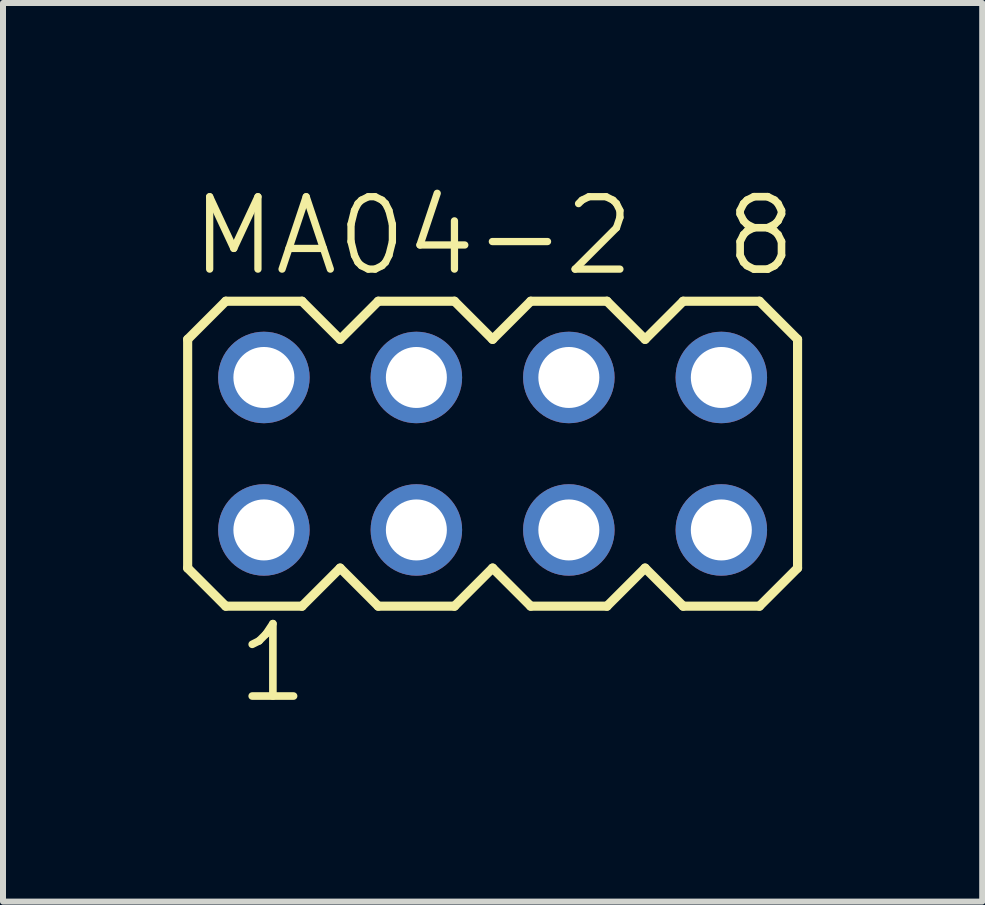
<source format=kicad_pcb>
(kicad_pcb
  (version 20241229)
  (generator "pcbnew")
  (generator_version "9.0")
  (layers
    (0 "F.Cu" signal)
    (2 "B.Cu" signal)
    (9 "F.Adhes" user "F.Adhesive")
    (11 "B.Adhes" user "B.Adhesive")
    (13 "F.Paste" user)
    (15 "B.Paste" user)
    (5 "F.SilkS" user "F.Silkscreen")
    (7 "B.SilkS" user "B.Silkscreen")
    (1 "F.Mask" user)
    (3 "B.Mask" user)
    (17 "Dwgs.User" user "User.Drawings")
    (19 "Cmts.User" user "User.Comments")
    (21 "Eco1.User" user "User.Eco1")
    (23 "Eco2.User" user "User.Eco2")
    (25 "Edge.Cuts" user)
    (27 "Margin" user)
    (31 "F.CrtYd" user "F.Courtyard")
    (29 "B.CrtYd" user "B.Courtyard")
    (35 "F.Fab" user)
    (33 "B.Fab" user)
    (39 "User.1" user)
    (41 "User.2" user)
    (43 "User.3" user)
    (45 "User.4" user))
  (footprint "MA04-2"
    (layer "F.Cu")
    (at 5.156 4.508)
    (property "Reference" "MA04-2" (at -5.08 -2.921 0) (layer "F.SilkS") (effects (font (size 1.206 1.206) (thickness 0.121)) (justify left bottom)))
    (attr through_hole)
    (fp_line (start -5.08 -1.905) (end -5.08 1.905) (stroke (width 0.152) (type solid)) (layer "F.SilkS"))
    (fp_line (start -5.08 1.905) (end -4.445 2.54) (stroke (width 0.152) (type solid)) (layer "F.SilkS"))
    (fp_line (start -4.445 -2.54) (end -5.08 -1.905) (stroke (width 0.152) (type solid)) (layer "F.SilkS"))
    (fp_line (start -4.445 -2.54) (end -3.175 -2.54) (stroke (width 0.152) (type solid)) (layer "F.SilkS"))
    (fp_line (start -3.175 -2.54) (end -2.54 -1.905) (stroke (width 0.152) (type solid)) (layer "F.SilkS"))
    (fp_line (start -3.175 2.54) (end -4.445 2.54) (stroke (width 0.152) (type solid)) (layer "F.SilkS"))
    (fp_line (start -2.54 -1.905) (end -1.905 -2.54) (stroke (width 0.152) (type solid)) (layer "F.SilkS"))
    (fp_line (start -2.54 1.905) (end -3.175 2.54) (stroke (width 0.152) (type solid)) (layer "F.SilkS"))
    (fp_line (start -1.905 -2.54) (end -0.635 -2.54) (stroke (width 0.152) (type solid)) (layer "F.SilkS"))
    (fp_line (start -1.905 2.54) (end -2.54 1.905) (stroke (width 0.152) (type solid)) (layer "F.SilkS"))
    (fp_line (start -0.635 -2.54) (end 0 -1.905) (stroke (width 0.152) (type solid)) (layer "F.SilkS"))
    (fp_line (start -0.635 2.54) (end -1.905 2.54) (stroke (width 0.152) (type solid)) (layer "F.SilkS"))
    (fp_line (start 0 -1.905) (end 0.635 -2.54) (stroke (width 0.152) (type solid)) (layer "F.SilkS"))
    (fp_line (start 0 1.905) (end -0.635 2.54) (stroke (width 0.152) (type solid)) (layer "F.SilkS"))
    (fp_line (start 0.635 -2.54) (end 1.905 -2.54) (stroke (width 0.152) (type solid)) (layer "F.SilkS"))
    (fp_line (start 0.635 2.54) (end 0 1.905) (stroke (width 0.152) (type solid)) (layer "F.SilkS"))
    (fp_line (start 1.905 -2.54) (end 2.54 -1.905) (stroke (width 0.152) (type solid)) (layer "F.SilkS"))
    (fp_line (start 1.905 2.54) (end 0.635 2.54) (stroke (width 0.152) (type solid)) (layer "F.SilkS"))
    (fp_line (start 2.54 1.905) (end 1.905 2.54) (stroke (width 0.152) (type solid)) (layer "F.SilkS"))
    (fp_line (start 2.54 1.905) (end 3.175 2.54) (stroke (width 0.152) (type solid)) (layer "F.SilkS"))
    (fp_line (start 3.175 -2.54) (end 2.54 -1.905) (stroke (width 0.152) (type solid)) (layer "F.SilkS"))
    (fp_line (start 3.175 -2.54) (end 4.445 -2.54) (stroke (width 0.152) (type solid)) (layer "F.SilkS"))
    (fp_line (start 4.445 -2.54) (end 5.08 -1.905) (stroke (width 0.152) (type solid)) (layer "F.SilkS"))
    (fp_line (start 4.445 2.54) (end 3.175 2.54) (stroke (width 0.152) (type solid)) (layer "F.SilkS"))
    (fp_line (start 5.08 -1.905) (end 5.08 1.905) (stroke (width 0.152) (type solid)) (layer "F.SilkS"))
    (fp_line (start 5.08 1.905) (end 4.445 2.54) (stroke (width 0.152) (type solid)) (layer "F.SilkS"))
    (fp_poly (pts (xy -4.064 -1.016) (xy -3.556 -1.016) (xy -3.556 -1.524) (xy -4.064 -1.524)) (stroke (width 0.1) (type solid)) (fill no) (layer "F.Fab"))
    (fp_poly (pts (xy -4.064 1.524) (xy -3.556 1.524) (xy -3.556 1.016) (xy -4.064 1.016)) (stroke (width 0.1) (type solid)) (fill no) (layer "F.Fab"))
    (fp_poly (pts (xy -1.524 -1.016) (xy -1.016 -1.016) (xy -1.016 -1.524) (xy -1.524 -1.524)) (stroke (width 0.1) (type solid)) (fill no) (layer "F.Fab"))
    (fp_poly (pts (xy -1.524 1.524) (xy -1.016 1.524) (xy -1.016 1.016) (xy -1.524 1.016)) (stroke (width 0.1) (type solid)) (fill no) (layer "F.Fab"))
    (fp_poly (pts (xy 1.016 -1.016) (xy 1.524 -1.016) (xy 1.524 -1.524) (xy 1.016 -1.524)) (stroke (width 0.1) (type solid)) (fill no) (layer "F.Fab"))
    (fp_poly (pts (xy 1.016 1.524) (xy 1.524 1.524) (xy 1.524 1.016) (xy 1.016 1.016)) (stroke (width 0.1) (type solid)) (fill no) (layer "F.Fab"))
    (fp_poly (pts (xy 3.556 -1.016) (xy 4.064 -1.016) (xy 4.064 -1.524) (xy 3.556 -1.524)) (stroke (width 0.1) (type solid)) (fill no) (layer "F.Fab"))
    (fp_poly (pts (xy 3.556 1.524) (xy 4.064 1.524) (xy 4.064 1.016) (xy 3.556 1.016)) (stroke (width 0.1) (type solid)) (fill no) (layer "F.Fab"))
    (fp_text user "1" (at -4.318 4.191 0) (layer "F.SilkS") (effects (font (size 1.206 1.206) (thickness 0.127)) (justify left bottom)))
    (fp_text user "8" (at 3.81 -2.921 0) (layer "F.SilkS") (effects (font (size 1.206 1.206) (thickness 0.127)) (justify left bottom)))
    (pad "1" thru_hole circle (at -3.81 1.27) (size 1.524 1.524) (drill 1.016) (layers "*.Cu" "*.Mask"))
    (pad "2" thru_hole circle (at -3.81 -1.27) (size 1.524 1.524) (drill 1.016) (layers "*.Cu" "*.Mask"))
    (pad "3" thru_hole circle (at -1.27 1.27) (size 1.524 1.524) (drill 1.016) (layers "*.Cu" "*.Mask"))
    (pad "4" thru_hole circle (at -1.27 -1.27) (size 1.524 1.524) (drill 1.016) (layers "*.Cu" "*.Mask"))
    (pad "5" thru_hole circle (at 1.27 1.27) (size 1.524 1.524) (drill 1.016) (layers "*.Cu" "*.Mask"))
    (pad "6" thru_hole circle (at 1.27 -1.27) (size 1.524 1.524) (drill 1.016) (layers "*.Cu" "*.Mask"))
    (pad "7" thru_hole circle (at 3.81 1.27) (size 1.524 1.524) (drill 1.016) (layers "*.Cu" "*.Mask"))
    (pad "8" thru_hole circle (at 3.81 -1.27) (size 1.524 1.524) (drill 1.016) (layers "*.Cu" "*.Mask")))
  (gr_rect
    (start -3 -3)
    (end 13.312 11.969)
    (stroke (width 0.1) (type default))
    (fill no)
    (layer "Edge.Cuts")))
</source>
